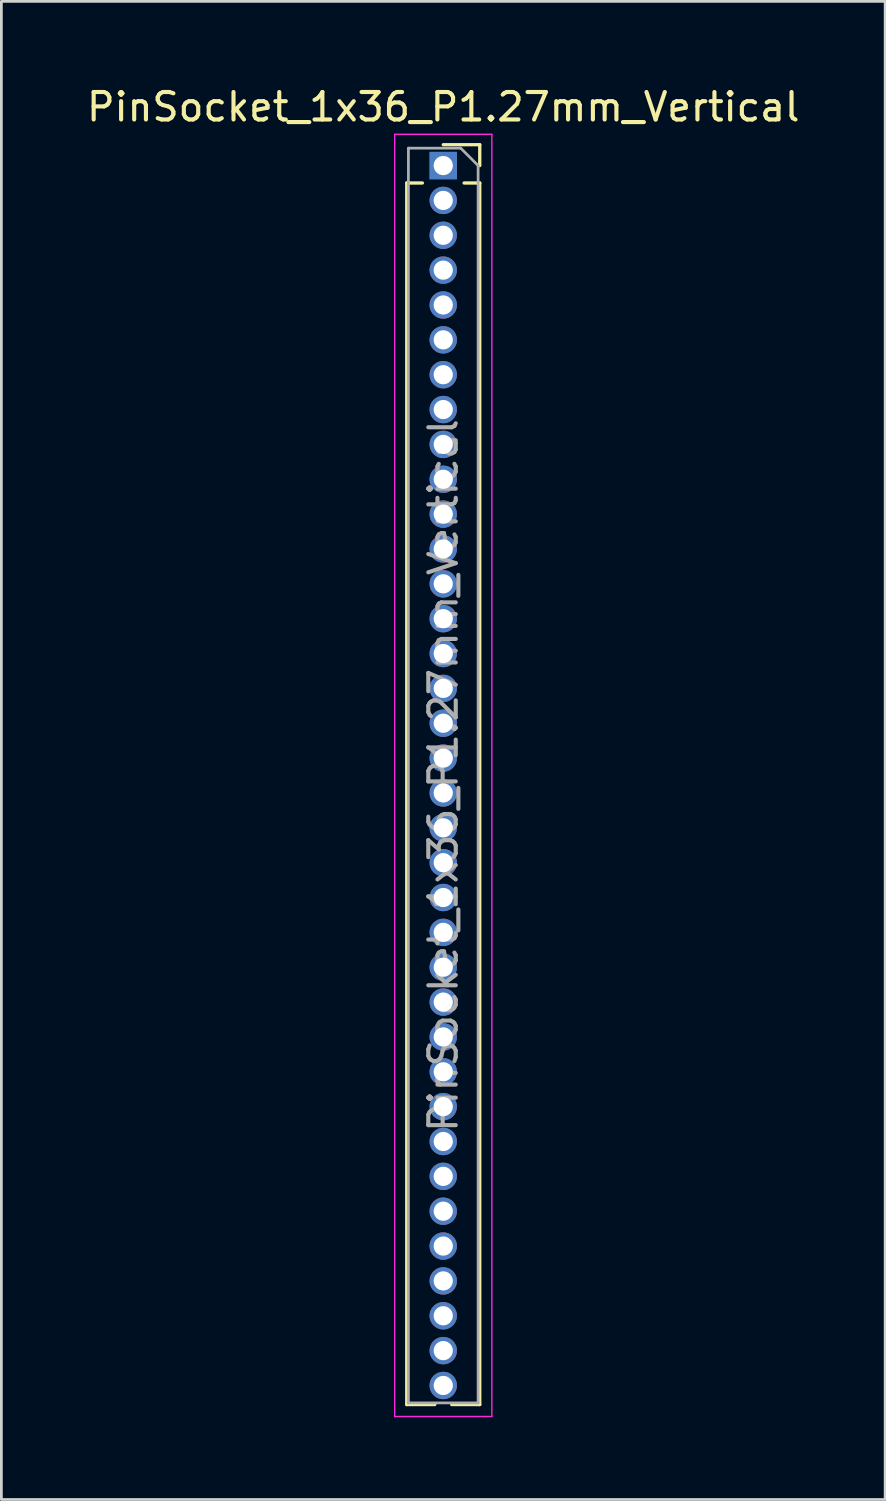
<source format=kicad_pcb>
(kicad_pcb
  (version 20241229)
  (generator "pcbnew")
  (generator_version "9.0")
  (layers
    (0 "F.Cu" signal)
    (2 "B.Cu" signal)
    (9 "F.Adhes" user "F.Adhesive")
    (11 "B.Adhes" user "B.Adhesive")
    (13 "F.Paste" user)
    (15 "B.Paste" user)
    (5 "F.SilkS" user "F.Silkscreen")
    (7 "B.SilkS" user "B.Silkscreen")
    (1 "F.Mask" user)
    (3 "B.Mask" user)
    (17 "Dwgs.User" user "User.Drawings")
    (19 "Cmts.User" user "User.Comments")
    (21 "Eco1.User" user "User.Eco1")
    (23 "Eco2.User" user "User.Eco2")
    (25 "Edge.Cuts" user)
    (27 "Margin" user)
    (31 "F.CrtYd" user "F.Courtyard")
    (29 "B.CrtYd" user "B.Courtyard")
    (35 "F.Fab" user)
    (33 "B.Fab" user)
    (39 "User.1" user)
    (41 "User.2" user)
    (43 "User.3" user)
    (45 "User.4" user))
  (footprint "PinSocket_1x36_P1.27mm_Vertical"
    (layer "F.Cu")
    (at 13.101 2.983)
    (property "Reference" "PinSocket_1x36_P1.27mm_Vertical" (at 0 -2.135 0) (layer "F.SilkS") (effects (font (size 1 1) (thickness 0.15))))
    (attr through_hole)
    (fp_line (start -1.33 0.635) (end -1.33 45.145) (stroke (width 0.12) (type solid)) (layer "F.SilkS"))
    (fp_line (start -1.33 0.635) (end -0.76 0.635) (stroke (width 0.12) (type solid)) (layer "F.SilkS"))
    (fp_line (start -1.33 45.145) (end -0.308 45.145) (stroke (width 0.12) (type solid)) (layer "F.SilkS"))
    (fp_line (start 0 -0.76) (end 1.33 -0.76) (stroke (width 0.12) (type solid)) (layer "F.SilkS"))
    (fp_line (start 0.308 45.145) (end 1.33 45.145) (stroke (width 0.12) (type solid)) (layer "F.SilkS"))
    (fp_line (start 0.76 0.635) (end 1.33 0.635) (stroke (width 0.12) (type solid)) (layer "F.SilkS"))
    (fp_line (start 1.33 -0.76) (end 1.33 0) (stroke (width 0.12) (type solid)) (layer "F.SilkS"))
    (fp_line (start 1.33 0.635) (end 1.33 45.145) (stroke (width 0.12) (type solid)) (layer "F.SilkS"))
    (fp_line (start -1.77 -1.14) (end 1.77 -1.14) (stroke (width 0.05) (type solid)) (layer "F.CrtYd"))
    (fp_line (start -1.77 45.58) (end -1.77 -1.14) (stroke (width 0.05) (type solid)) (layer "F.CrtYd"))
    (fp_line (start 1.77 -1.14) (end 1.77 45.58) (stroke (width 0.05) (type solid)) (layer "F.CrtYd"))
    (fp_line (start 1.77 45.58) (end -1.77 45.58) (stroke (width 0.05) (type solid)) (layer "F.CrtYd"))
    (fp_line (start -1.27 -0.635) (end 0.635 -0.635) (stroke (width 0.1) (type solid)) (layer "F.Fab"))
    (fp_line (start -1.27 45.085) (end -1.27 -0.635) (stroke (width 0.1) (type solid)) (layer "F.Fab"))
    (fp_line (start 0.635 -0.635) (end 1.27 0) (stroke (width 0.1) (type solid)) (layer "F.Fab"))
    (fp_line (start 1.27 0) (end 1.27 45.085) (stroke (width 0.1) (type solid)) (layer "F.Fab"))
    (fp_line (start 1.27 45.085) (end -1.27 45.085) (stroke (width 0.1) (type solid)) (layer "F.Fab"))
    (fp_text user "${REFERENCE}" (at 0 22.225 90) (layer "F.Fab") (effects (font (size 1 1) (thickness 0.15))))
    (pad "1" thru_hole rect (at 0 0) (size 1 1) (drill 0.7) (layers "*.Cu" "*.Mask"))
    (pad "2" thru_hole circle (at 0 1.27) (size 1 1) (drill 0.7) (layers "*.Cu" "*.Mask"))
    (pad "3" thru_hole circle (at 0 2.54) (size 1 1) (drill 0.7) (layers "*.Cu" "*.Mask"))
    (pad "4" thru_hole circle (at 0 3.81) (size 1 1) (drill 0.7) (layers "*.Cu" "*.Mask"))
    (pad "5" thru_hole circle (at 0 5.08) (size 1 1) (drill 0.7) (layers "*.Cu" "*.Mask"))
    (pad "6" thru_hole circle (at 0 6.35) (size 1 1) (drill 0.7) (layers "*.Cu" "*.Mask"))
    (pad "7" thru_hole circle (at 0 7.62) (size 1 1) (drill 0.7) (layers "*.Cu" "*.Mask"))
    (pad "8" thru_hole circle (at 0 8.89) (size 1 1) (drill 0.7) (layers "*.Cu" "*.Mask"))
    (pad "9" thru_hole circle (at 0 10.16) (size 1 1) (drill 0.7) (layers "*.Cu" "*.Mask"))
    (pad "10" thru_hole circle (at 0 11.43) (size 1 1) (drill 0.7) (layers "*.Cu" "*.Mask"))
    (pad "11" thru_hole circle (at 0 12.7) (size 1 1) (drill 0.7) (layers "*.Cu" "*.Mask"))
    (pad "12" thru_hole circle (at 0 13.97) (size 1 1) (drill 0.7) (layers "*.Cu" "*.Mask"))
    (pad "13" thru_hole circle (at 0 15.24) (size 1 1) (drill 0.7) (layers "*.Cu" "*.Mask"))
    (pad "14" thru_hole circle (at 0 16.51) (size 1 1) (drill 0.7) (layers "*.Cu" "*.Mask"))
    (pad "15" thru_hole circle (at 0 17.78) (size 1 1) (drill 0.7) (layers "*.Cu" "*.Mask"))
    (pad "16" thru_hole circle (at 0 19.05) (size 1 1) (drill 0.7) (layers "*.Cu" "*.Mask"))
    (pad "17" thru_hole circle (at 0 20.32) (size 1 1) (drill 0.7) (layers "*.Cu" "*.Mask"))
    (pad "18" thru_hole circle (at 0 21.59) (size 1 1) (drill 0.7) (layers "*.Cu" "*.Mask"))
    (pad "19" thru_hole circle (at 0 22.86) (size 1 1) (drill 0.7) (layers "*.Cu" "*.Mask"))
    (pad "20" thru_hole circle (at 0 24.13) (size 1 1) (drill 0.7) (layers "*.Cu" "*.Mask"))
    (pad "21" thru_hole circle (at 0 25.4) (size 1 1) (drill 0.7) (layers "*.Cu" "*.Mask"))
    (pad "22" thru_hole circle (at 0 26.67) (size 1 1) (drill 0.7) (layers "*.Cu" "*.Mask"))
    (pad "23" thru_hole circle (at 0 27.94) (size 1 1) (drill 0.7) (layers "*.Cu" "*.Mask"))
    (pad "24" thru_hole circle (at 0 29.21) (size 1 1) (drill 0.7) (layers "*.Cu" "*.Mask"))
    (pad "25" thru_hole circle (at 0 30.48) (size 1 1) (drill 0.7) (layers "*.Cu" "*.Mask"))
    (pad "26" thru_hole circle (at 0 31.75) (size 1 1) (drill 0.7) (layers "*.Cu" "*.Mask"))
    (pad "27" thru_hole circle (at 0 33.02) (size 1 1) (drill 0.7) (layers "*.Cu" "*.Mask"))
    (pad "28" thru_hole circle (at 0 34.29) (size 1 1) (drill 0.7) (layers "*.Cu" "*.Mask"))
    (pad "29" thru_hole circle (at 0 35.56) (size 1 1) (drill 0.7) (layers "*.Cu" "*.Mask"))
    (pad "30" thru_hole circle (at 0 36.83) (size 1 1) (drill 0.7) (layers "*.Cu" "*.Mask"))
    (pad "31" thru_hole circle (at 0 38.1) (size 1 1) (drill 0.7) (layers "*.Cu" "*.Mask"))
    (pad "32" thru_hole circle (at 0 39.37) (size 1 1) (drill 0.7) (layers "*.Cu" "*.Mask"))
    (pad "33" thru_hole circle (at 0 40.64) (size 1 1) (drill 0.7) (layers "*.Cu" "*.Mask"))
    (pad "34" thru_hole circle (at 0 41.91) (size 1 1) (drill 0.7) (layers "*.Cu" "*.Mask"))
    (pad "35" thru_hole circle (at 0 43.18) (size 1 1) (drill 0.7) (layers "*.Cu" "*.Mask"))
    (pad "36" thru_hole circle (at 0 44.45) (size 1 1) (drill 0.7) (layers "*.Cu" "*.Mask")))
  (gr_rect
    (start -3 -3)
    (end 29.202 51.588)
    (stroke (width 0.1) (type default))
    (fill no)
    (layer "Edge.Cuts")))
</source>
